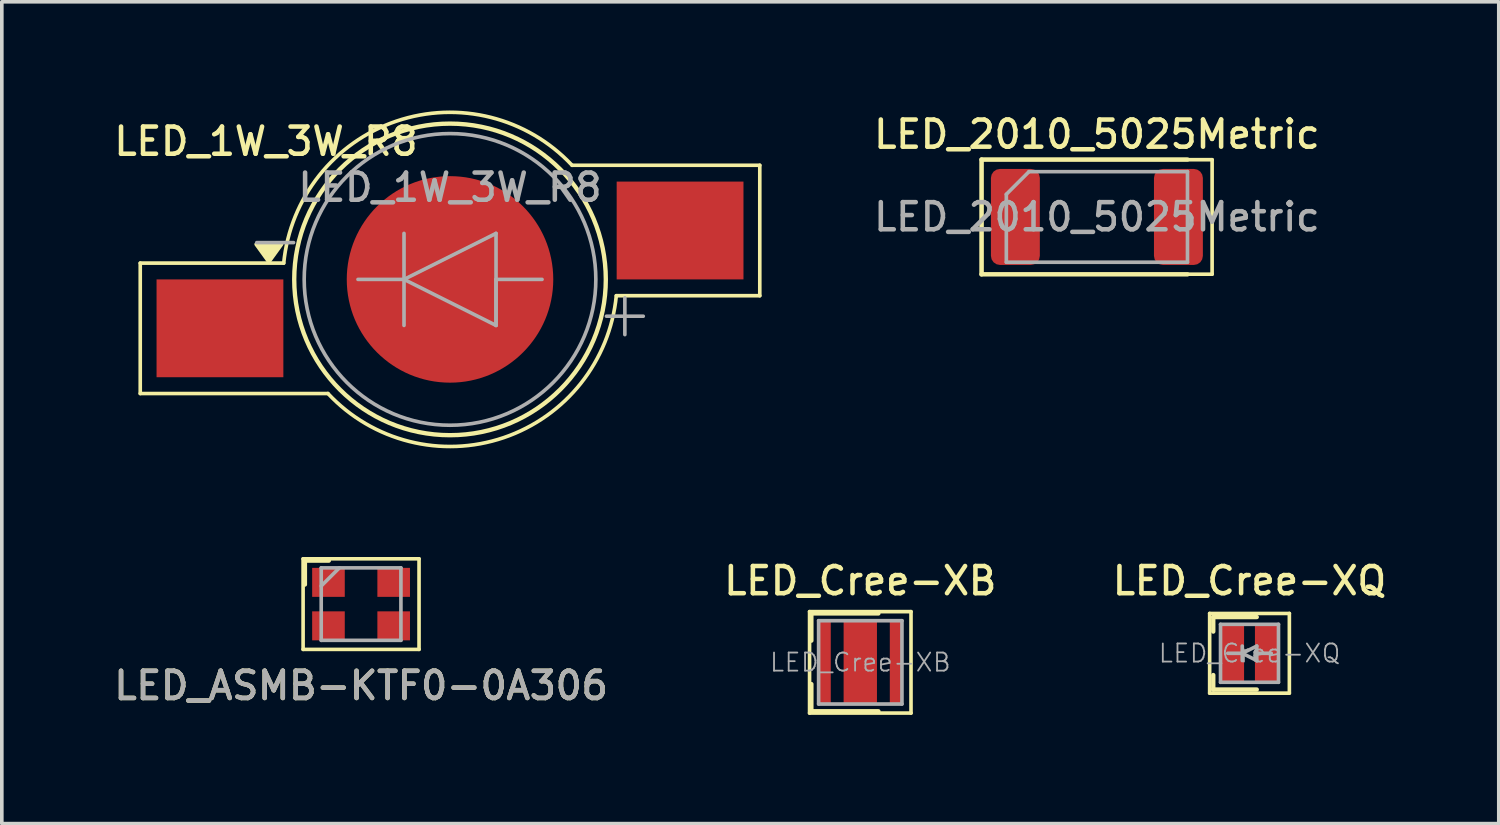
<source format=kicad_pcb>
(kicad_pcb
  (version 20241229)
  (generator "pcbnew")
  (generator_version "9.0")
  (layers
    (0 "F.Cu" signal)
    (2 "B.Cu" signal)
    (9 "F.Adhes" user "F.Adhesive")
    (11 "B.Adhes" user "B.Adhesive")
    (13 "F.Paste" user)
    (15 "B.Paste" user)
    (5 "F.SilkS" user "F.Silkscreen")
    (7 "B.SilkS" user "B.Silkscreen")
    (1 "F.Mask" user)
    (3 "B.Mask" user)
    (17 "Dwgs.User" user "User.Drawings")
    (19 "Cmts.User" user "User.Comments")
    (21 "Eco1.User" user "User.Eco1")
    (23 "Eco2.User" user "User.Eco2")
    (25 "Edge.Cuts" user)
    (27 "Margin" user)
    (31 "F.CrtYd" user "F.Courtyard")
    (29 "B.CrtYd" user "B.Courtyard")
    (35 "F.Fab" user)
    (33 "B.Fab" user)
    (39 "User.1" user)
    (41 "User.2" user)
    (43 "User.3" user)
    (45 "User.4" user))
  (footprint "LED_2010_5025Metric"
    (layer "F.Cu")
    (at 27.226 2.938)
    (property "Reference" "LED_2010_5025Metric" (at 0 -2.28 0) (layer "F.SilkS") (effects (font (size 0.75 0.75) (thickness 0.125))))
    (attr smd)
    (fp_line (start -3.185 -1.585) (end -3.185 1.585) (stroke (width 0.12) (type solid)) (layer "F.SilkS"))
    (fp_line (start -3.185 1.585) (end 2.5 1.585) (stroke (width 0.12) (type solid)) (layer "F.SilkS"))
    (fp_line (start -3.18 -1.58) (end 3.18 -1.58) (stroke (width 0.1) (type solid)) (layer "F.SilkS"))
    (fp_line (start -3.18 1.58) (end -3.18 -1.58) (stroke (width 0.1) (type solid)) (layer "F.SilkS"))
    (fp_line (start 2.5 -1.585) (end -3.185 -1.585) (stroke (width 0.12) (type solid)) (layer "F.SilkS"))
    (fp_line (start 3.18 -1.58) (end 3.18 1.58) (stroke (width 0.1) (type solid)) (layer "F.SilkS"))
    (fp_line (start 3.18 1.58) (end -3.18 1.58) (stroke (width 0.1) (type solid)) (layer "F.SilkS"))
    (fp_line (start -2.5 -0.625) (end -2.5 1.25) (stroke (width 0.1) (type solid)) (layer "F.Fab"))
    (fp_line (start -2.5 1.25) (end 2.5 1.25) (stroke (width 0.1) (type solid)) (layer "F.Fab"))
    (fp_line (start -1.875 -1.25) (end -2.5 -0.625) (stroke (width 0.1) (type solid)) (layer "F.Fab"))
    (fp_line (start 2.5 -1.25) (end -1.875 -1.25) (stroke (width 0.1) (type solid)) (layer "F.Fab"))
    (fp_line (start 2.5 1.25) (end 2.5 -1.25) (stroke (width 0.1) (type solid)) (layer "F.Fab"))
    (fp_text user "${REFERENCE}" (at 0 0 0) (layer "F.Fab") (effects (font (size 0.75 0.75) (thickness 0.125))))
    (pad "1" smd roundrect (at -2.25 0) (size 1.35 2.65) (layers "F.Cu" "F.Mask" "F.Paste") (roundrect_rratio 0.185))
    (pad "2" smd roundrect (at 2.25 0) (size 1.35 2.65) (layers "F.Cu" "F.Mask" "F.Paste") (roundrect_rratio 0.185)))
  (footprint "LED_ASMB-KTF0-0A306"
    (layer "F.Cu")
    (at 6.916 13.624)
    (property "Reference" "LED_ASMB-KTF0-0A306" (at 0 2.25 0) (layer "F.SilkS") (effects (font (size 0.75 0.75) (thickness 0.125))))
    (attr smd)
    (fp_line (start -1.6 -1.25) (end -1.6 1.25) (stroke (width 0.1) (type solid)) (layer "F.SilkS"))
    (fp_line (start -1.6 -1.25) (end 1.6 -1.25) (stroke (width 0.1) (type solid)) (layer "F.SilkS"))
    (fp_line (start -1.55 -1.2) (end -1.55 -0.54) (stroke (width 0.12) (type solid)) (layer "F.SilkS"))
    (fp_line (start -0.89 -1.2) (end -1.55 -1.2) (stroke (width 0.12) (type solid)) (layer "F.SilkS"))
    (fp_line (start 1.6 1.25) (end -1.6 1.25) (stroke (width 0.1) (type solid)) (layer "F.SilkS"))
    (fp_line (start 1.6 1.25) (end 1.6 -1.25) (stroke (width 0.1) (type solid)) (layer "F.SilkS"))
    (fp_line (start -1.1 -1) (end -1.1 1) (stroke (width 0.1) (type solid)) (layer "F.Fab"))
    (fp_line (start -1.1 -0.5) (end -0.6 -1) (stroke (width 0.1) (type solid)) (layer "F.Fab"))
    (fp_line (start -1.1 1) (end 1.1 1) (stroke (width 0.1) (type solid)) (layer "F.Fab"))
    (fp_line (start 1.1 -1) (end -1.1 -1) (stroke (width 0.1) (type solid)) (layer "F.Fab"))
    (fp_line (start 1.1 1) (end 1.1 -1) (stroke (width 0.1) (type solid)) (layer "F.Fab"))
    (fp_text user "${REFERENCE}" (at 0 2.25 0) (layer "F.Fab") (effects (font (size 0.75 0.75) (thickness 0.125))))
    (pad "1" smd rect (at -0.9 -0.6) (size 0.9 0.8) (layers "F.Cu" "F.Mask" "F.Paste"))
    (pad "2" smd rect (at -0.9 0.6) (size 0.9 0.8) (layers "F.Cu" "F.Mask" "F.Paste"))
    (pad "3" smd rect (at 0.9 0.6) (size 0.9 0.8) (layers "F.Cu" "F.Mask" "F.Paste"))
    (pad "4" smd rect (at 0.9 -0.6) (size 0.9 0.8) (layers "F.Cu" "F.Mask" "F.Paste")))
  (footprint "LED_Cree-XB"
    (layer "F.Cu")
    (at 20.695 15.232)
    (property "Reference" "LED_Cree-XB" (at 0 -2.25 0) (layer "F.SilkS") (effects (font (size 0.75 0.75) (thickness 0.125))))
    (attr smd)
    (fp_line (start -1.4 -1.4) (end 1.4 -1.4) (stroke (width 0.1) (type solid)) (layer "F.SilkS"))
    (fp_line (start -1.4 1.4) (end -1.4 -1.4) (stroke (width 0.1) (type solid)) (layer "F.SilkS"))
    (fp_line (start -1.35 -1.35) (end -1.35 -0.6) (stroke (width 0.12) (type solid)) (layer "F.SilkS"))
    (fp_line (start -1.35 1.35) (end -1.35 0.6) (stroke (width 0.12) (type solid)) (layer "F.SilkS"))
    (fp_line (start 0.5 -1.35) (end -1.35 -1.35) (stroke (width 0.12) (type solid)) (layer "F.SilkS"))
    (fp_line (start 0.5 1.35) (end -1.35 1.35) (stroke (width 0.12) (type solid)) (layer "F.SilkS"))
    (fp_line (start 1.4 -1.4) (end 1.4 1.4) (stroke (width 0.1) (type solid)) (layer "F.SilkS"))
    (fp_line (start 1.4 1.4) (end -1.4 1.4) (stroke (width 0.1) (type solid)) (layer "F.SilkS"))
    (fp_line (start -1.15 -1.15) (end 1.15 -1.15) (stroke (width 0.1) (type solid)) (layer "F.Fab"))
    (fp_line (start -1.15 1.15) (end -1.15 -1.15) (stroke (width 0.1) (type solid)) (layer "F.Fab"))
    (fp_line (start 1.15 -1.15) (end 1.15 1.15) (stroke (width 0.1) (type solid)) (layer "F.Fab"))
    (fp_line (start 1.15 1.15) (end -1.15 1.15) (stroke (width 0.1) (type solid)) (layer "F.Fab"))
    (fp_text user "${REFERENCE}" (at 0 0 0) (layer "F.Fab") (effects (font (size 0.5 0.5) (thickness 0.05))))
    (pad "" smd rect (at 0 -0.55) (size 0.85 0.85) (layers "F.Paste"))
    (pad "" smd rect (at 0 0.55) (size 0.85 0.85) (layers "F.Paste"))
    (pad "1" smd rect (at -0.98 0) (size 0.33 2.29) (layers "F.Cu" "F.Mask" "F.Paste"))
    (pad "2" smd rect (at 0.98 0) (size 0.33 2.29) (layers "F.Cu" "F.Mask" "F.Paste"))
    (pad "3" smd rect (at 0 0) (size 0.92 2.29) (layers "F.Cu" "F.Mask")))
  (footprint "LED_Cree-XQ"
    (layer "F.Cu")
    (at 31.438 14.982)
    (property "Reference" "LED_Cree-XQ" (at 0 -2 0) (layer "F.SilkS") (effects (font (size 0.75 0.75) (thickness 0.125))))
    (attr smd)
    (fp_line (start -1.1 -1.1) (end 1.1 -1.1) (stroke (width 0.1) (type solid)) (layer "F.SilkS"))
    (fp_line (start -1.1 1.1) (end -1.1 -1.1) (stroke (width 0.1) (type solid)) (layer "F.SilkS"))
    (fp_line (start -1 -1) (end -1 -0.6) (stroke (width 0.12) (type solid)) (layer "F.SilkS"))
    (fp_line (start -1 1) (end -1 0.6) (stroke (width 0.12) (type solid)) (layer "F.SilkS"))
    (fp_line (start 0.2 -1) (end -1 -1) (stroke (width 0.12) (type solid)) (layer "F.SilkS"))
    (fp_line (start 0.2 1) (end -1 1) (stroke (width 0.12) (type solid)) (layer "F.SilkS"))
    (fp_line (start 1.1 -1.1) (end 1.1 1.1) (stroke (width 0.1) (type solid)) (layer "F.SilkS"))
    (fp_line (start 1.1 1.1) (end -1.1 1.1) (stroke (width 0.1) (type solid)) (layer "F.SilkS"))
    (fp_line (start -0.8 -0.8) (end 0.8 -0.8) (stroke (width 0.1) (type solid)) (layer "F.Fab"))
    (fp_line (start -0.8 0.8) (end -0.8 -0.8) (stroke (width 0.1) (type solid)) (layer "F.Fab"))
    (fp_line (start -0.6 0) (end -0.2 0) (stroke (width 0.1) (type solid)) (layer "F.Fab"))
    (fp_line (start -0.2 -0.2) (end -0.2 0.2) (stroke (width 0.1) (type solid)) (layer "F.Fab"))
    (fp_line (start -0.2 0) (end 0.2 -0.2) (stroke (width 0.1) (type solid)) (layer "F.Fab"))
    (fp_line (start 0.2 -0.2) (end 0.2 0.2) (stroke (width 0.1) (type solid)) (layer "F.Fab"))
    (fp_line (start 0.2 0.2) (end -0.2 0) (stroke (width 0.1) (type solid)) (layer "F.Fab"))
    (fp_line (start 0.6 0) (end 0.2 0) (stroke (width 0.1) (type solid)) (layer "F.Fab"))
    (fp_line (start 0.8 -0.8) (end 0.8 0.8) (stroke (width 0.1) (type solid)) (layer "F.Fab"))
    (fp_line (start 0.8 0.8) (end -0.8 0.8) (stroke (width 0.1) (type solid)) (layer "F.Fab"))
    (fp_text user "${REFERENCE}" (at 0 0 0) (layer "F.Fab") (effects (font (size 0.5 0.5) (thickness 0.05))))
    (pad "1" smd rect (at -0.475 0) (size 0.65 1.6) (layers "F.Cu" "F.Mask" "F.Paste"))
    (pad "2" smd rect (at 0.475 0) (size 0.65 1.6) (layers "F.Cu" "F.Mask" "F.Paste")))
  (footprint "LED_1W_3W_R8"
    (layer "F.Cu")
    (at 9.371 4.662)
    (property "Reference" "LED_1W_3W_R8" (at -5.08 -3.81 0) (layer "F.SilkS") (effects (font (size 0.75 0.75) (thickness 0.125))))
    (attr smd)
    (fp_line (start -8.55 -0.45) (end -8.55 3.15) (stroke (width 0.1) (type solid)) (layer "F.SilkS"))
    (fp_line (start -8.55 3.15) (end -3.37 3.15) (stroke (width 0.1) (type solid)) (layer "F.SilkS"))
    (fp_line (start -4.59 -0.45) (end -8.55 -0.45) (stroke (width 0.1) (type solid)) (layer "F.SilkS"))
    (fp_line (start 3.37 -3.15) (end 8.55 -3.15) (stroke (width 0.1) (type solid)) (layer "F.SilkS"))
    (fp_line (start 8.55 -3.15) (end 8.55 0.45) (stroke (width 0.1) (type solid)) (layer "F.SilkS"))
    (fp_line (start 8.55 0.45) (end 4.59 0.45) (stroke (width 0.1) (type solid)) (layer "F.SilkS"))
    (fp_arc (start -4.59 -0.45) (mid -1.481265 -4.36766) (end 3.369303 -3.149349) (stroke (width 0.1) (type solid)) (layer "F.SilkS"))
    (fp_arc (start 4.59 0.45) (mid 1.481265 4.36766) (end -3.369303 3.149349) (stroke (width 0.1) (type solid)) (layer "F.SilkS"))
    (fp_circle (center 0 0) (end -4.3 0) (stroke (width 0.12) (type solid)) (fill no) (layer "F.SilkS"))
    (fp_poly (pts (xy -5 -0.5) (xy -5.34 -0.97) (xy -4.66 -0.97) (xy -5 -0.5)) (stroke (width 0.12) (type solid)) (fill yes) (layer "F.SilkS"))
    (fp_line (start -5.334 -1.016) (end -4.318 -1.016) (stroke (width 0.1) (type solid)) (layer "F.Fab"))
    (fp_line (start -2.54 0) (end -1.27 0) (stroke (width 0.1) (type solid)) (layer "F.Fab"))
    (fp_line (start -1.27 -1.27) (end -1.27 1.27) (stroke (width 0.1) (type solid)) (layer "F.Fab"))
    (fp_line (start -1.27 0) (end 1.27 -1.27) (stroke (width 0.1) (type solid)) (layer "F.Fab"))
    (fp_line (start -1.27 0) (end 1.27 1.27) (stroke (width 0.1) (type solid)) (layer "F.Fab"))
    (fp_line (start 1.27 -1.27) (end 1.27 1.27) (stroke (width 0.1) (type solid)) (layer "F.Fab"))
    (fp_line (start 1.27 0) (end 2.54 0) (stroke (width 0.1) (type solid)) (layer "F.Fab"))
    (fp_line (start 1.27 1.27) (end 1.27 0) (stroke (width 0.1) (type solid)) (layer "F.Fab"))
    (fp_line (start 4.318 1.016) (end 5.334 1.016) (stroke (width 0.1) (type solid)) (layer "F.Fab"))
    (fp_line (start 4.826 1.524) (end 4.826 0.508) (stroke (width 0.1) (type solid)) (layer "F.Fab"))
    (fp_circle (center 0 0) (end 4.025 0) (stroke (width 0.1) (type solid)) (fill no) (layer "F.Fab"))
    (fp_text user "${REFERENCE}" (at 0 -2.54 0) (layer "F.Fab") (effects (font (size 0.75 0.75) (thickness 0.125))))
    (pad "1" smd rect (at -6.35 1.35) (size 3.5 2.7) (layers "F.Cu" "F.Mask" "F.Paste"))
    (pad "2" smd rect (at 6.35 -1.35) (size 3.5 2.7) (layers "F.Cu" "F.Mask" "F.Paste"))
    (pad "3" smd circle (at 0 0) (size 5.7 5.7) (layers "F.Cu" "F.Mask" "F.Paste")))
  (gr_rect
    (start -3 -3)
    (end 38.318 19.682)
    (stroke (width 0.1) (type default))
    (fill no)
    (layer "Edge.Cuts")))
</source>
